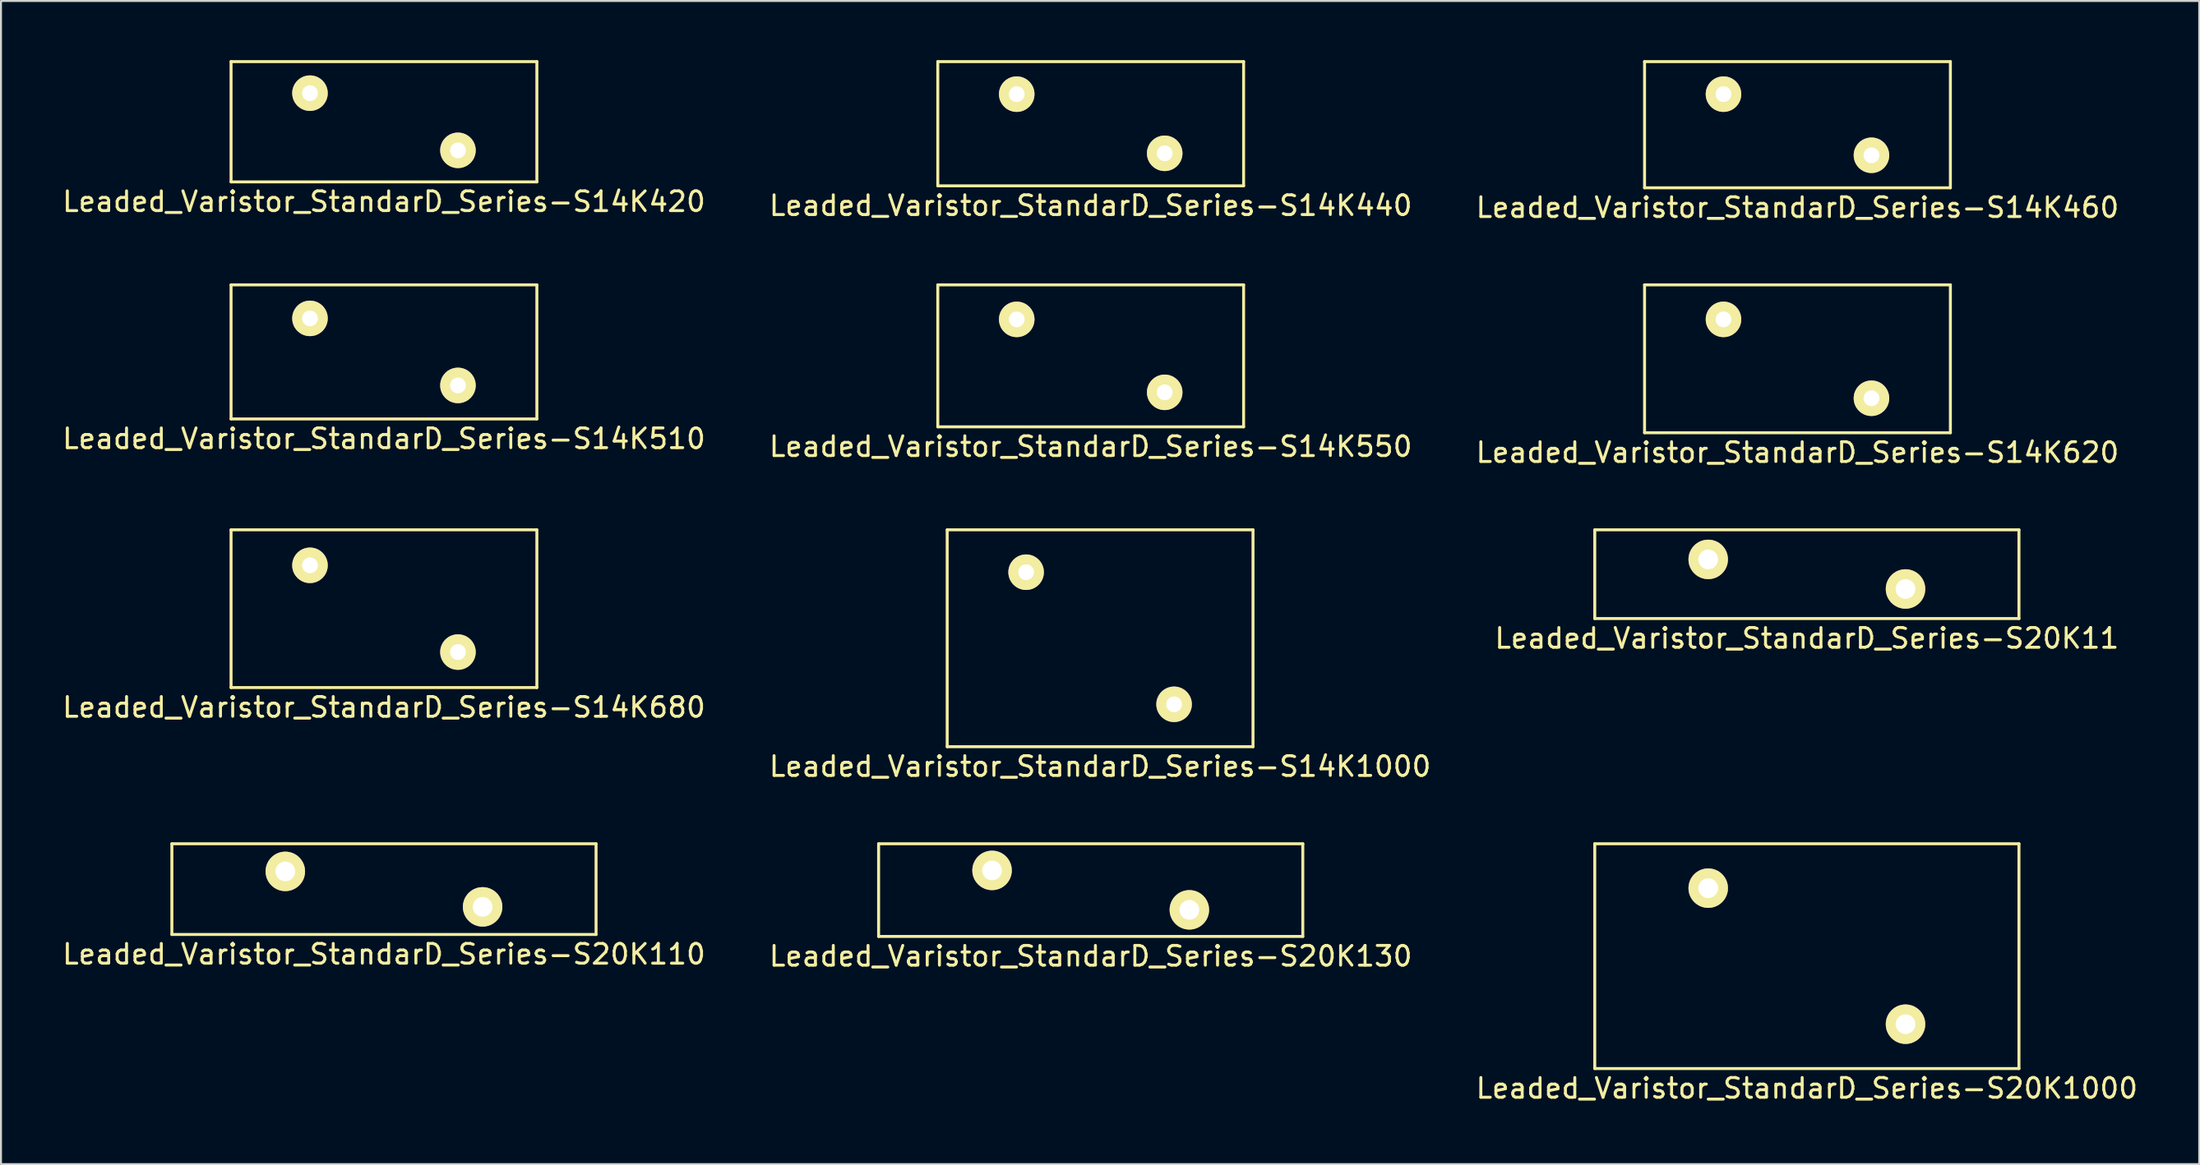
<source format=kicad_pcb>
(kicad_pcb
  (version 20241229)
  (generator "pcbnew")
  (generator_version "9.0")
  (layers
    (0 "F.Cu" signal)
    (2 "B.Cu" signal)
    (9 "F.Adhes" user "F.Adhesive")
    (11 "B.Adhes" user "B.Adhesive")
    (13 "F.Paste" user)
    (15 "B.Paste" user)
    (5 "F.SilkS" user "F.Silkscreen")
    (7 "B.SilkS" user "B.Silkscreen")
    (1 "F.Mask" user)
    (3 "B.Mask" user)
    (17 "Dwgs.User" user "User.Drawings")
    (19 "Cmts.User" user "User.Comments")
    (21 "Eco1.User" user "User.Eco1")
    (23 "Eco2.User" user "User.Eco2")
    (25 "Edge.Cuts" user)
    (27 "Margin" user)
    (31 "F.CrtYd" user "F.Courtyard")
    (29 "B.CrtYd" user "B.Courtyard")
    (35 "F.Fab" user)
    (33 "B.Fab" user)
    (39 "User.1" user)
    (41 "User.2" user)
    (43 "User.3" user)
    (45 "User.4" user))
  (footprint "Leaded_Varistor_StandarD_Series-S14K680"
    (layer "F.Cu")
    (at 12.661 25.622)
    (property "Reference" "Leaded_Varistor_StandarD_Series-S14K680" (at 3.75 7.2 0) (layer "F.SilkS") (effects (font (size 1 1) (thickness 0.15))))
    (attr through_hole)
    (fp_line (start -4 -1.8) (end -4 6.2) (stroke (width 0.15) (type solid)) (layer "F.SilkS"))
    (fp_line (start -4 -1.8) (end 11.5 -1.8) (stroke (width 0.15) (type solid)) (layer "F.SilkS"))
    (fp_line (start -4 6.2) (end 11.5 6.2) (stroke (width 0.15) (type solid)) (layer "F.SilkS"))
    (fp_line (start 11.5 -1.8) (end 11.5 6.2) (stroke (width 0.15) (type solid)) (layer "F.SilkS"))
    (pad "1" thru_hole circle (at 0 0) (size 1.8 1.8) (drill 0.8) (layers "*.Cu" "*.Mask" "F.SilkS"))
    (pad "2" thru_hole circle (at 7.5 4.4) (size 1.8 1.8) (drill 0.8) (layers "*.Cu" "*.Mask" "F.SilkS")))
  (footprint "Leaded_Varistor_StandarD_Series-S20K130"
    (layer "F.Cu")
    (at 47.232 41.095)
    (property "Reference" "Leaded_Varistor_StandarD_Series-S20K130" (at 5 4.35 0) (layer "F.SilkS") (effects (font (size 1 1) (thickness 0.15))))
    (attr through_hole)
    (fp_line (start -5.75 -1.35) (end -5.75 3.35) (stroke (width 0.15) (type solid)) (layer "F.SilkS"))
    (fp_line (start -5.75 -1.35) (end 15.75 -1.35) (stroke (width 0.15) (type solid)) (layer "F.SilkS"))
    (fp_line (start -5.75 3.35) (end 15.75 3.35) (stroke (width 0.15) (type solid)) (layer "F.SilkS"))
    (fp_line (start 15.75 -1.35) (end 15.75 3.35) (stroke (width 0.15) (type solid)) (layer "F.SilkS"))
    (pad "1" thru_hole circle (at 0 0) (size 2 2) (drill 1) (layers "*.Cu" "*.Mask" "F.SilkS"))
    (pad "2" thru_hole circle (at 10 2) (size 2 2) (drill 1) (layers "*.Cu" "*.Mask" "F.SilkS")))
  (footprint "Leaded_Varistor_StandarD_Series-S20K110"
    (layer "F.Cu")
    (at 11.411 41.145)
    (property "Reference" "Leaded_Varistor_StandarD_Series-S20K110" (at 5 4.2 0) (layer "F.SilkS") (effects (font (size 1 1) (thickness 0.15))))
    (attr through_hole)
    (fp_line (start -5.75 -1.4) (end -5.75 3.2) (stroke (width 0.15) (type solid)) (layer "F.SilkS"))
    (fp_line (start -5.75 -1.4) (end 15.75 -1.4) (stroke (width 0.15) (type solid)) (layer "F.SilkS"))
    (fp_line (start -5.75 3.2) (end 15.75 3.2) (stroke (width 0.15) (type solid)) (layer "F.SilkS"))
    (fp_line (start 15.75 -1.4) (end 15.75 3.2) (stroke (width 0.15) (type solid)) (layer "F.SilkS"))
    (pad "1" thru_hole circle (at 0 0) (size 2 2) (drill 1) (layers "*.Cu" "*.Mask" "F.SilkS"))
    (pad "2" thru_hole circle (at 10 1.8) (size 2 2) (drill 1) (layers "*.Cu" "*.Mask" "F.SilkS")))
  (footprint "Leaded_Varistor_StandarD_Series-S14K460"
    (layer "F.Cu")
    (at 84.304 1.725)
    (property "Reference" "Leaded_Varistor_StandarD_Series-S14K460" (at 3.75 5.75 0) (layer "F.SilkS") (effects (font (size 1 1) (thickness 0.15))))
    (attr through_hole)
    (fp_line (start -4 -1.65) (end -4 4.75) (stroke (width 0.15) (type solid)) (layer "F.SilkS"))
    (fp_line (start -4 -1.65) (end 11.5 -1.65) (stroke (width 0.15) (type solid)) (layer "F.SilkS"))
    (fp_line (start -4 4.75) (end 11.5 4.75) (stroke (width 0.15) (type solid)) (layer "F.SilkS"))
    (fp_line (start 11.5 -1.65) (end 11.5 4.75) (stroke (width 0.15) (type solid)) (layer "F.SilkS"))
    (pad "1" thru_hole circle (at 0 0) (size 1.8 1.8) (drill 0.8) (layers "*.Cu" "*.Mask" "F.SilkS"))
    (pad "2" thru_hole circle (at 7.5 3.1) (size 1.8 1.8) (drill 0.8) (layers "*.Cu" "*.Mask" "F.SilkS")))
  (footprint "Leaded_Varistor_StandarD_Series-S14K420"
    (layer "F.Cu")
    (at 12.661 1.675)
    (property "Reference" "Leaded_Varistor_StandarD_Series-S14K420" (at 3.75 5.5 0) (layer "F.SilkS") (effects (font (size 1 1) (thickness 0.15))))
    (attr through_hole)
    (fp_line (start -4 -1.6) (end -4 4.5) (stroke (width 0.15) (type solid)) (layer "F.SilkS"))
    (fp_line (start -4 -1.6) (end 11.5 -1.6) (stroke (width 0.15) (type solid)) (layer "F.SilkS"))
    (fp_line (start -4 4.5) (end 11.5 4.5) (stroke (width 0.15) (type solid)) (layer "F.SilkS"))
    (fp_line (start 11.5 -1.6) (end 11.5 4.5) (stroke (width 0.15) (type solid)) (layer "F.SilkS"))
    (pad "1" thru_hole circle (at 0 0) (size 1.8 1.8) (drill 0.8) (layers "*.Cu" "*.Mask" "F.SilkS"))
    (pad "2" thru_hole circle (at 7.5 2.9) (size 1.8 1.8) (drill 0.8) (layers "*.Cu" "*.Mask" "F.SilkS")))
  (footprint "Leaded_Varistor_StandarD_Series-S20K11"
    (layer "F.Cu")
    (at 83.53 25.322)
    (property "Reference" "Leaded_Varistor_StandarD_Series-S20K11" (at 5 4 0) (layer "F.SilkS") (effects (font (size 1 1) (thickness 0.15))))
    (attr through_hole)
    (fp_line (start -5.75 -1.5) (end -5.75 3) (stroke (width 0.15) (type solid)) (layer "F.SilkS"))
    (fp_line (start -5.75 -1.5) (end 15.75 -1.5) (stroke (width 0.15) (type solid)) (layer "F.SilkS"))
    (fp_line (start -5.75 3) (end 15.75 3) (stroke (width 0.15) (type solid)) (layer "F.SilkS"))
    (fp_line (start 15.75 -1.5) (end 15.75 3) (stroke (width 0.15) (type solid)) (layer "F.SilkS"))
    (pad "1" thru_hole circle (at 0 0) (size 2 2) (drill 1) (layers "*.Cu" "*.Mask" "F.SilkS"))
    (pad "2" thru_hole circle (at 10 1.5) (size 2 2) (drill 1) (layers "*.Cu" "*.Mask" "F.SilkS")))
  (footprint "Leaded_Varistor_StandarD_Series-S14K510"
    (layer "F.Cu")
    (at 12.661 13.098)
    (property "Reference" "Leaded_Varistor_StandarD_Series-S14K510" (at 3.75 6.1 0) (layer "F.SilkS") (effects (font (size 1 1) (thickness 0.15))))
    (attr through_hole)
    (fp_line (start -4 -1.7) (end -4 5.1) (stroke (width 0.15) (type solid)) (layer "F.SilkS"))
    (fp_line (start -4 -1.7) (end 11.5 -1.7) (stroke (width 0.15) (type solid)) (layer "F.SilkS"))
    (fp_line (start -4 5.1) (end 11.5 5.1) (stroke (width 0.15) (type solid)) (layer "F.SilkS"))
    (fp_line (start 11.5 -1.7) (end 11.5 5.1) (stroke (width 0.15) (type solid)) (layer "F.SilkS"))
    (pad "1" thru_hole circle (at 0 0) (size 1.8 1.8) (drill 0.8) (layers "*.Cu" "*.Mask" "F.SilkS"))
    (pad "2" thru_hole circle (at 7.5 3.4) (size 1.8 1.8) (drill 0.8) (layers "*.Cu" "*.Mask" "F.SilkS")))
  (footprint "Leaded_Varistor_StandarD_Series-S20K1000"
    (layer "F.Cu")
    (at 83.53 41.995)
    (property "Reference" "Leaded_Varistor_StandarD_Series-S20K1000" (at 5 10.15 0) (layer "F.SilkS") (effects (font (size 1 1) (thickness 0.15))))
    (attr through_hole)
    (fp_line (start -5.75 -2.25) (end -5.75 9.15) (stroke (width 0.15) (type solid)) (layer "F.SilkS"))
    (fp_line (start -5.75 -2.25) (end 15.75 -2.25) (stroke (width 0.15) (type solid)) (layer "F.SilkS"))
    (fp_line (start -5.75 9.15) (end 15.75 9.15) (stroke (width 0.15) (type solid)) (layer "F.SilkS"))
    (fp_line (start 15.75 -2.25) (end 15.75 9.15) (stroke (width 0.15) (type solid)) (layer "F.SilkS"))
    (pad "1" thru_hole circle (at 0 0) (size 2 2) (drill 1) (layers "*.Cu" "*.Mask" "F.SilkS"))
    (pad "2" thru_hole circle (at 10 6.9) (size 2 2) (drill 1) (layers "*.Cu" "*.Mask" "F.SilkS")))
  (footprint "Leaded_Varistor_StandarD_Series-S14K550"
    (layer "F.Cu")
    (at 48.482 13.148)
    (property "Reference" "Leaded_Varistor_StandarD_Series-S14K550" (at 3.75 6.45 0) (layer "F.SilkS") (effects (font (size 1 1) (thickness 0.15))))
    (attr through_hole)
    (fp_line (start -4 -1.75) (end -4 5.45) (stroke (width 0.15) (type solid)) (layer "F.SilkS"))
    (fp_line (start -4 -1.75) (end 11.5 -1.75) (stroke (width 0.15) (type solid)) (layer "F.SilkS"))
    (fp_line (start -4 5.45) (end 11.5 5.45) (stroke (width 0.15) (type solid)) (layer "F.SilkS"))
    (fp_line (start 11.5 -1.75) (end 11.5 5.45) (stroke (width 0.15) (type solid)) (layer "F.SilkS"))
    (pad "1" thru_hole circle (at 0 0) (size 1.8 1.8) (drill 0.8) (layers "*.Cu" "*.Mask" "F.SilkS"))
    (pad "2" thru_hole circle (at 7.5 3.7) (size 1.8 1.8) (drill 0.8) (layers "*.Cu" "*.Mask" "F.SilkS")))
  (footprint "Leaded_Varistor_StandarD_Series-S14K1000"
    (layer "F.Cu")
    (at 48.958 25.971)
    (property "Reference" "Leaded_Varistor_StandarD_Series-S14K1000" (at 3.75 9.85 0) (layer "F.SilkS") (effects (font (size 1 1) (thickness 0.15))))
    (attr through_hole)
    (fp_line (start -4 -2.15) (end -4 8.85) (stroke (width 0.15) (type solid)) (layer "F.SilkS"))
    (fp_line (start -4 -2.15) (end 11.5 -2.15) (stroke (width 0.15) (type solid)) (layer "F.SilkS"))
    (fp_line (start -4 8.85) (end 11.5 8.85) (stroke (width 0.15) (type solid)) (layer "F.SilkS"))
    (fp_line (start 11.5 -2.15) (end 11.5 8.85) (stroke (width 0.15) (type solid)) (layer "F.SilkS"))
    (pad "1" thru_hole circle (at 0 0) (size 1.8 1.8) (drill 0.8) (layers "*.Cu" "*.Mask" "F.SilkS"))
    (pad "2" thru_hole circle (at 7.5 6.7) (size 1.8 1.8) (drill 0.8) (layers "*.Cu" "*.Mask" "F.SilkS")))
  (footprint "Leaded_Varistor_StandarD_Series-S14K620"
    (layer "F.Cu")
    (at 84.304 13.148)
    (property "Reference" "Leaded_Varistor_StandarD_Series-S14K620" (at 3.75 6.75 0) (layer "F.SilkS") (effects (font (size 1 1) (thickness 0.15))))
    (attr through_hole)
    (fp_line (start -4 -1.75) (end -4 5.75) (stroke (width 0.15) (type solid)) (layer "F.SilkS"))
    (fp_line (start -4 -1.75) (end 11.5 -1.75) (stroke (width 0.15) (type solid)) (layer "F.SilkS"))
    (fp_line (start -4 5.75) (end 11.5 5.75) (stroke (width 0.15) (type solid)) (layer "F.SilkS"))
    (fp_line (start 11.5 -1.75) (end 11.5 5.75) (stroke (width 0.15) (type solid)) (layer "F.SilkS"))
    (pad "1" thru_hole circle (at 0 0) (size 1.8 1.8) (drill 0.8) (layers "*.Cu" "*.Mask" "F.SilkS"))
    (pad "2" thru_hole circle (at 7.5 4) (size 1.8 1.8) (drill 0.8) (layers "*.Cu" "*.Mask" "F.SilkS")))
  (footprint "Leaded_Varistor_StandarD_Series-S14K440"
    (layer "F.Cu")
    (at 48.482 1.725)
    (property "Reference" "Leaded_Varistor_StandarD_Series-S14K440" (at 3.75 5.65 0) (layer "F.SilkS") (effects (font (size 1 1) (thickness 0.15))))
    (attr through_hole)
    (fp_line (start -4 -1.65) (end -4 4.65) (stroke (width 0.15) (type solid)) (layer "F.SilkS"))
    (fp_line (start -4 -1.65) (end 11.5 -1.65) (stroke (width 0.15) (type solid)) (layer "F.SilkS"))
    (fp_line (start -4 4.65) (end 11.5 4.65) (stroke (width 0.15) (type solid)) (layer "F.SilkS"))
    (fp_line (start 11.5 -1.65) (end 11.5 4.65) (stroke (width 0.15) (type solid)) (layer "F.SilkS"))
    (pad "1" thru_hole circle (at 0 0) (size 1.8 1.8) (drill 0.8) (layers "*.Cu" "*.Mask" "F.SilkS"))
    (pad "2" thru_hole circle (at 7.5 3) (size 1.8 1.8) (drill 0.8) (layers "*.Cu" "*.Mask" "F.SilkS")))
  (gr_rect
    (start -3 -3)
    (end 108.417 55.993)
    (stroke (width 0.1) (type default))
    (fill no)
    (layer "Edge.Cuts")))
</source>
